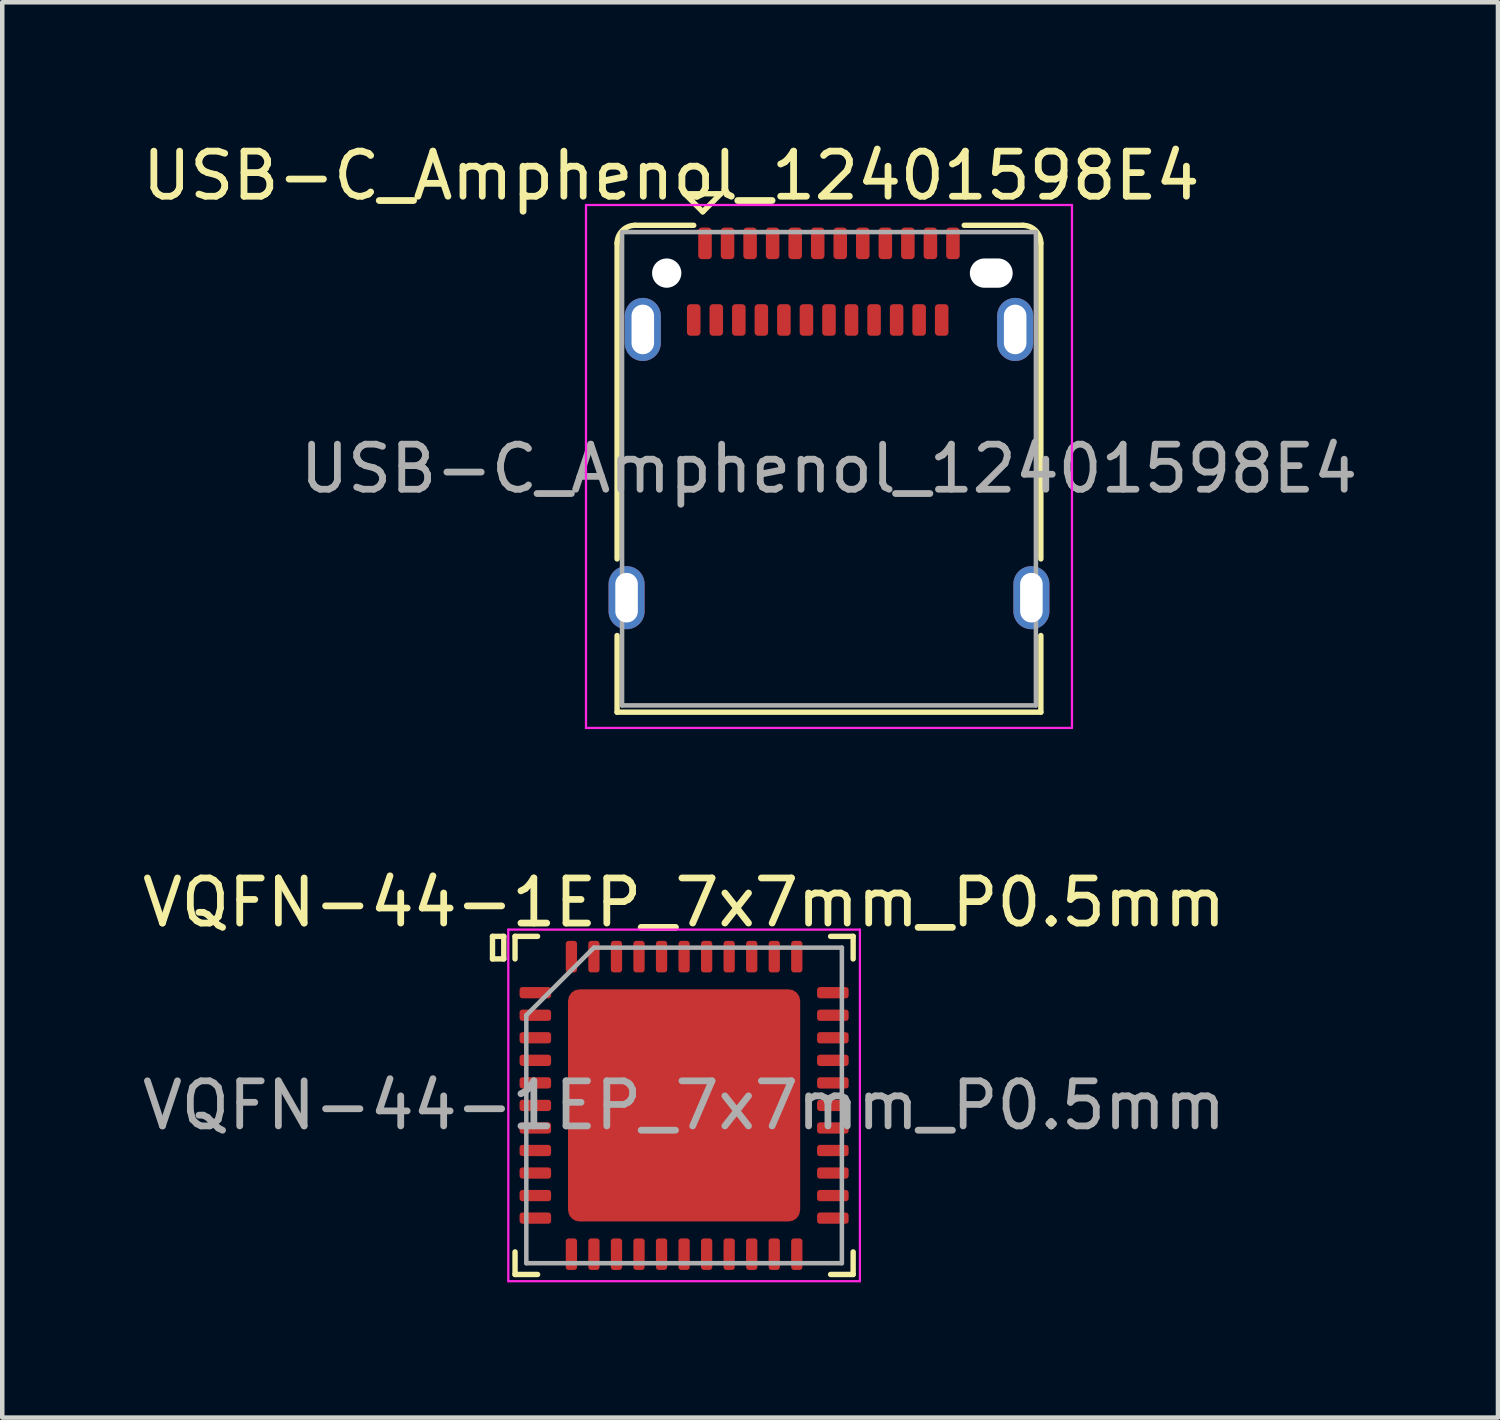
<source format=kicad_pcb>
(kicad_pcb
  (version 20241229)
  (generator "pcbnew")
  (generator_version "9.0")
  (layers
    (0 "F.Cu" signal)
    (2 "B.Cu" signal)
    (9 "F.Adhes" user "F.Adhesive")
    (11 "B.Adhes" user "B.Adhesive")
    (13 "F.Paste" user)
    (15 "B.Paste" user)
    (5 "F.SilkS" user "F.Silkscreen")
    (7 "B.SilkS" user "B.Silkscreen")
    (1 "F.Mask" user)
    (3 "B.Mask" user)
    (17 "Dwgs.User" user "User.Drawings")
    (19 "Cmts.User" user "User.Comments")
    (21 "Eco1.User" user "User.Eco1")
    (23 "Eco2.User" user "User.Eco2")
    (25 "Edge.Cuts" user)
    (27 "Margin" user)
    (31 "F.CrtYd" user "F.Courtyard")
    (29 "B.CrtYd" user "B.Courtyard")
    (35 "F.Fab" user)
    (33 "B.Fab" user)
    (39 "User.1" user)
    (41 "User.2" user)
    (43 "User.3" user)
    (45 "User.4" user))
  (footprint "USB-C_Amphenol_12401598E4"
    (layer "F.Cu")
    (at 15.339 7.348)
    (property "Reference" "USB-C_Amphenol_12401598E4" (at -3.5 -6.5 0) (layer "F.SilkS") (effects (font (size 1 1) (thickness 0.15))))
    (attr smd)
    (fp_line (start -4.7 -5) (end -4.7 2) (stroke (width 0.12) (type solid)) (layer "F.SilkS"))
    (fp_line (start -4.7 3.7) (end -4.7 5.4) (stroke (width 0.12) (type solid)) (layer "F.SilkS"))
    (fp_line (start -4.7 5.4) (end 4.7 5.4) (stroke (width 0.12) (type solid)) (layer "F.SilkS"))
    (fp_line (start -3.2 -6.1) (end -2.5 -6.1) (stroke (width 0.12) (type solid)) (layer "F.SilkS"))
    (fp_line (start -3 -5.4) (end -4.3 -5.4) (stroke (width 0.12) (type solid)) (layer "F.SilkS"))
    (fp_line (start -2.8 -5.7) (end -3.2 -6.1) (stroke (width 0.12) (type solid)) (layer "F.SilkS"))
    (fp_line (start -2.5 -6.1) (end -2.4 -6.1) (stroke (width 0.12) (type solid)) (layer "F.SilkS"))
    (fp_line (start -2.4 -6.1) (end -2.8 -5.7) (stroke (width 0.12) (type solid)) (layer "F.SilkS"))
    (fp_line (start 4.3 -5.4) (end 3 -5.4) (stroke (width 0.12) (type solid)) (layer "F.SilkS"))
    (fp_line (start 4.7 2) (end 4.7 -5) (stroke (width 0.12) (type solid)) (layer "F.SilkS"))
    (fp_line (start 4.7 5.4) (end 4.7 3.7) (stroke (width 0.12) (type solid)) (layer "F.SilkS"))
    (fp_arc (start -4.7 -5) (mid -4.582843 -5.282843) (end -4.3 -5.4) (stroke (width 0.12) (type solid)) (layer "F.SilkS"))
    (fp_arc (start 4.3 -5.4) (mid 4.582843 -5.282843) (end 4.7 -5) (stroke (width 0.12) (type solid)) (layer "F.SilkS"))
    (fp_line (start -5.39 -5.85) (end -5.39 5.75) (stroke (width 0.05) (type solid)) (layer "F.CrtYd"))
    (fp_line (start -5.39 -5.85) (end 5.39 -5.85) (stroke (width 0.05) (type solid)) (layer "F.CrtYd"))
    (fp_line (start -5.39 5.75) (end 5.39 5.75) (stroke (width 0.05) (type solid)) (layer "F.CrtYd"))
    (fp_line (start 5.39 -5.85) (end 5.39 5.75) (stroke (width 0.05) (type solid)) (layer "F.CrtYd"))
    (fp_line (start -4.59 -5.25) (end -4.59 5.25) (stroke (width 0.1) (type solid)) (layer "F.Fab"))
    (fp_line (start -4.59 -5.25) (end 4.59 -5.25) (stroke (width 0.1) (type solid)) (layer "F.Fab"))
    (fp_line (start -4.59 5.25) (end 4.59 5.25) (stroke (width 0.1) (type solid)) (layer "F.Fab"))
    (fp_line (start 4.59 -5.25) (end 4.59 5.25) (stroke (width 0.1) (type solid)) (layer "F.Fab"))
    (fp_text user "${REFERENCE}" (at 0 0 0) (layer "F.Fab") (effects (font (size 1 1) (thickness 0.15))))
    (pad "" np_thru_hole circle (at -3.6 -4.34) (size 0.65 0.65) (drill 0.65) (layers "*.Cu" "*.Mask"))
    (pad "" np_thru_hole oval (at 3.6 -4.34) (size 0.95 0.65) (drill oval 0.95 0.65) (layers "*.Cu" "*.Mask"))
    (pad "A1" smd roundrect (at -2.75 -5) (size 0.3 0.7) (layers "F.Cu" "F.Mask" "F.Paste") (roundrect_rratio 0.25))
    (pad "A2" smd roundrect (at -2.25 -5) (size 0.3 0.7) (layers "F.Cu" "F.Mask" "F.Paste") (roundrect_rratio 0.25))
    (pad "A3" smd roundrect (at -1.75 -5) (size 0.3 0.7) (layers "F.Cu" "F.Mask" "F.Paste") (roundrect_rratio 0.25))
    (pad "A4" smd roundrect (at -1.25 -5) (size 0.3 0.7) (layers "F.Cu" "F.Mask" "F.Paste") (roundrect_rratio 0.25))
    (pad "A5" smd roundrect (at -0.75 -5) (size 0.3 0.7) (layers "F.Cu" "F.Mask" "F.Paste") (roundrect_rratio 0.25))
    (pad "A6" smd roundrect (at -0.25 -5) (size 0.3 0.7) (layers "F.Cu" "F.Mask" "F.Paste") (roundrect_rratio 0.25))
    (pad "A7" smd roundrect (at 0.25 -5) (size 0.3 0.7) (layers "F.Cu" "F.Mask" "F.Paste") (roundrect_rratio 0.25))
    (pad "A8" smd roundrect (at 0.75 -5) (size 0.3 0.7) (layers "F.Cu" "F.Mask" "F.Paste") (roundrect_rratio 0.25))
    (pad "A9" smd roundrect (at 1.25 -5) (size 0.3 0.7) (layers "F.Cu" "F.Mask" "F.Paste") (roundrect_rratio 0.25))
    (pad "A10" smd roundrect (at 1.75 -5) (size 0.3 0.7) (layers "F.Cu" "F.Mask" "F.Paste") (roundrect_rratio 0.25))
    (pad "A11" smd roundrect (at 2.25 -5) (size 0.3 0.7) (layers "F.Cu" "F.Mask" "F.Paste") (roundrect_rratio 0.25))
    (pad "A12" smd roundrect (at 2.75 -5) (size 0.3 0.7) (layers "F.Cu" "F.Mask" "F.Paste") (roundrect_rratio 0.25))
    (pad "B1" smd roundrect (at 2.5 -3.3) (size 0.3 0.7) (layers "F.Cu" "F.Mask" "F.Paste") (roundrect_rratio 0.25))
    (pad "B2" smd roundrect (at 2 -3.3) (size 0.3 0.7) (layers "F.Cu" "F.Mask" "F.Paste") (roundrect_rratio 0.25))
    (pad "B3" smd roundrect (at 1.5 -3.3) (size 0.3 0.7) (layers "F.Cu" "F.Mask" "F.Paste") (roundrect_rratio 0.25))
    (pad "B4" smd roundrect (at 1 -3.3) (size 0.3 0.7) (layers "F.Cu" "F.Mask" "F.Paste") (roundrect_rratio 0.25))
    (pad "B5" smd roundrect (at 0.5 -3.3) (size 0.3 0.7) (layers "F.Cu" "F.Mask" "F.Paste") (roundrect_rratio 0.25))
    (pad "B6" smd roundrect (at 0 -3.3) (size 0.3 0.7) (layers "F.Cu" "F.Mask" "F.Paste") (roundrect_rratio 0.25))
    (pad "B7" smd roundrect (at -0.5 -3.3) (size 0.3 0.7) (layers "F.Cu" "F.Mask" "F.Paste") (roundrect_rratio 0.25))
    (pad "B8" smd roundrect (at -1 -3.3) (size 0.3 0.7) (layers "F.Cu" "F.Mask" "F.Paste") (roundrect_rratio 0.25))
    (pad "B9" smd roundrect (at -1.5 -3.3) (size 0.3 0.7) (layers "F.Cu" "F.Mask" "F.Paste") (roundrect_rratio 0.25))
    (pad "B10" smd roundrect (at -2 -3.3) (size 0.3 0.7) (layers "F.Cu" "F.Mask" "F.Paste") (roundrect_rratio 0.25))
    (pad "B11" smd roundrect (at -2.5 -3.3) (size 0.3 0.7) (layers "F.Cu" "F.Mask" "F.Paste") (roundrect_rratio 0.25))
    (pad "B12" smd roundrect (at -3 -3.3) (size 0.3 0.7) (layers "F.Cu" "F.Mask" "F.Paste") (roundrect_rratio 0.25))
    (pad "S" thru_hole oval (at -4.49 2.86) (size 0.8 1.4) (drill oval 0.5 1.1) (layers "*.Cu" "*.Mask"))
    (pad "S" thru_hole oval (at 4.13 -3.09) (size 0.8 1.4) (drill oval 0.5 1.1) (layers "*.Cu" "*.Mask"))
    (pad "S" thru_hole oval (at 4.49 2.86) (size 0.8 1.4) (drill oval 0.5 1.1) (layers "*.Cu" "*.Mask"))
    (pad "s" thru_hole oval (at -4.13 -3.09) (size 0.8 1.4) (drill oval 0.5 1.1) (layers "*.Cu" "*.Mask")))
  (footprint "VQFN-44-1EP_7x7mm_P0.5mm"
    (layer "F.Cu")
    (at 12.125 21.471)
    (property "Reference" "VQFN-44-1EP_7x7mm_P0.5mm" (at 0 -4.5 0) (layer "F.SilkS") (effects (font (size 1 1) (thickness 0.15))))
    (attr smd)
    (fp_line (start -4.25 -3.75) (end -4 -3.75) (stroke (width 0.12) (type solid)) (layer "F.SilkS"))
    (fp_line (start -4.25 -3.25) (end -4.25 -3.75) (stroke (width 0.12) (type solid)) (layer "F.SilkS"))
    (fp_line (start -4 -3.75) (end -4 -3.25) (stroke (width 0.12) (type solid)) (layer "F.SilkS"))
    (fp_line (start -4 -3.25) (end -4.25 -3.25) (stroke (width 0.12) (type solid)) (layer "F.SilkS"))
    (fp_line (start -3.75 -3.75) (end -3.25 -3.75) (stroke (width 0.12) (type solid)) (layer "F.SilkS"))
    (fp_line (start -3.75 -3.25) (end -3.75 -3.75) (stroke (width 0.12) (type solid)) (layer "F.SilkS"))
    (fp_line (start -3.75 3.25) (end -3.75 3.75) (stroke (width 0.12) (type solid)) (layer "F.SilkS"))
    (fp_line (start -3.75 3.75) (end -3.25 3.75) (stroke (width 0.12) (type solid)) (layer "F.SilkS"))
    (fp_line (start 3.25 -3.75) (end 3.75 -3.75) (stroke (width 0.12) (type solid)) (layer "F.SilkS"))
    (fp_line (start 3.75 -3.75) (end 3.75 -3.25) (stroke (width 0.12) (type solid)) (layer "F.SilkS"))
    (fp_line (start 3.75 3.25) (end 3.75 3.75) (stroke (width 0.12) (type solid)) (layer "F.SilkS"))
    (fp_line (start 3.75 3.75) (end 3.25 3.75) (stroke (width 0.12) (type solid)) (layer "F.SilkS"))
    (fp_line (start -3.9 -3.9) (end -3.9 3.9) (stroke (width 0.05) (type solid)) (layer "F.CrtYd"))
    (fp_line (start -3.9 3.9) (end 3.9 3.9) (stroke (width 0.05) (type solid)) (layer "F.CrtYd"))
    (fp_line (start 3.9 -3.9) (end -3.9 -3.9) (stroke (width 0.05) (type solid)) (layer "F.CrtYd"))
    (fp_line (start 3.9 -3.9) (end 3.9 3.9) (stroke (width 0.05) (type solid)) (layer "F.CrtYd"))
    (fp_line (start -3.5 -2) (end -2 -3.5) (stroke (width 0.1) (type solid)) (layer "F.Fab"))
    (fp_line (start -3.5 3.5) (end -3.5 -2) (stroke (width 0.1) (type solid)) (layer "F.Fab"))
    (fp_line (start -3.5 3.5) (end 3.5 3.5) (stroke (width 0.1) (type solid)) (layer "F.Fab"))
    (fp_line (start -2 -3.5) (end 3.5 -3.5) (stroke (width 0.1) (type solid)) (layer "F.Fab"))
    (fp_line (start 3.5 3.5) (end 3.5 -3.5) (stroke (width 0.1) (type solid)) (layer "F.Fab"))
    (fp_text user "${REFERENCE}" (at 0 0 0) (layer "F.Fab") (effects (font (size 1 1) (thickness 0.15))))
    (pad "1" smd roundrect (at -3.3 -2.5) (size 0.7 0.25) (layers "F.Cu" "F.Mask" "F.Paste") (roundrect_rratio 0.25))
    (pad "2" smd roundrect (at -3.3 -2) (size 0.7 0.25) (layers "F.Cu" "F.Mask" "F.Paste") (roundrect_rratio 0.25))
    (pad "3" smd roundrect (at -3.3 -1.5) (size 0.7 0.25) (layers "F.Cu" "F.Mask" "F.Paste") (roundrect_rratio 0.25))
    (pad "4" smd roundrect (at -3.3 -1) (size 0.7 0.25) (layers "F.Cu" "F.Mask" "F.Paste") (roundrect_rratio 0.25))
    (pad "5" smd roundrect (at -3.3 -0.5) (size 0.7 0.25) (layers "F.Cu" "F.Mask" "F.Paste") (roundrect_rratio 0.25))
    (pad "6" smd roundrect (at -3.3 0) (size 0.7 0.25) (layers "F.Cu" "F.Mask" "F.Paste") (roundrect_rratio 0.25))
    (pad "7" smd roundrect (at -3.3 0.5) (size 0.7 0.25) (layers "F.Cu" "F.Mask" "F.Paste") (roundrect_rratio 0.25))
    (pad "8" smd roundrect (at -3.3 1) (size 0.7 0.25) (layers "F.Cu" "F.Mask" "F.Paste") (roundrect_rratio 0.25))
    (pad "9" smd roundrect (at -3.3 1.5) (size 0.7 0.25) (layers "F.Cu" "F.Mask" "F.Paste") (roundrect_rratio 0.25))
    (pad "10" smd roundrect (at -3.3 2) (size 0.7 0.25) (layers "F.Cu" "F.Mask" "F.Paste") (roundrect_rratio 0.25))
    (pad "11" smd roundrect (at -3.3 2.5) (size 0.7 0.25) (layers "F.Cu" "F.Mask" "F.Paste") (roundrect_rratio 0.25))
    (pad "12" smd roundrect (at -2.5 3.3 90) (size 0.7 0.25) (layers "F.Cu" "F.Mask" "F.Paste") (roundrect_rratio 0.25))
    (pad "13" smd roundrect (at -2 3.3 90) (size 0.7 0.25) (layers "F.Cu" "F.Mask" "F.Paste") (roundrect_rratio 0.25))
    (pad "14" smd roundrect (at -1.5 3.3 90) (size 0.7 0.25) (layers "F.Cu" "F.Mask" "F.Paste") (roundrect_rratio 0.25))
    (pad "15" smd roundrect (at -1 3.3 90) (size 0.7 0.25) (layers "F.Cu" "F.Mask" "F.Paste") (roundrect_rratio 0.25))
    (pad "16" smd roundrect (at -0.5 3.3 90) (size 0.7 0.25) (layers "F.Cu" "F.Mask" "F.Paste") (roundrect_rratio 0.25))
    (pad "17" smd roundrect (at 0 3.3 90) (size 0.7 0.25) (layers "F.Cu" "F.Mask" "F.Paste") (roundrect_rratio 0.25))
    (pad "18" smd roundrect (at 0.5 3.3 90) (size 0.7 0.25) (layers "F.Cu" "F.Mask" "F.Paste") (roundrect_rratio 0.25))
    (pad "19" smd roundrect (at 1 3.3 90) (size 0.7 0.25) (layers "F.Cu" "F.Mask" "F.Paste") (roundrect_rratio 0.25))
    (pad "20" smd roundrect (at 1.5 3.3 90) (size 0.7 0.25) (layers "F.Cu" "F.Mask" "F.Paste") (roundrect_rratio 0.25))
    (pad "21" smd roundrect (at 2 3.3 90) (size 0.7 0.25) (layers "F.Cu" "F.Mask" "F.Paste") (roundrect_rratio 0.25))
    (pad "22" smd roundrect (at 2.5 3.3 90) (size 0.7 0.25) (layers "F.Cu" "F.Mask" "F.Paste") (roundrect_rratio 0.25))
    (pad "23" smd roundrect (at 3.3 2.5 180) (size 0.7 0.25) (layers "F.Cu" "F.Mask" "F.Paste") (roundrect_rratio 0.25))
    (pad "24" smd roundrect (at 3.3 2 180) (size 0.7 0.25) (layers "F.Cu" "F.Mask" "F.Paste") (roundrect_rratio 0.25))
    (pad "25" smd roundrect (at 3.3 1.5 180) (size 0.7 0.25) (layers "F.Cu" "F.Mask" "F.Paste") (roundrect_rratio 0.25))
    (pad "26" smd roundrect (at 3.3 1 180) (size 0.7 0.25) (layers "F.Cu" "F.Mask" "F.Paste") (roundrect_rratio 0.25))
    (pad "27" smd roundrect (at 3.3 0.5 180) (size 0.7 0.25) (layers "F.Cu" "F.Mask" "F.Paste") (roundrect_rratio 0.25))
    (pad "28" smd roundrect (at 3.3 0 180) (size 0.7 0.25) (layers "F.Cu" "F.Mask" "F.Paste") (roundrect_rratio 0.25))
    (pad "29" smd roundrect (at 3.3 -0.5 180) (size 0.7 0.25) (layers "F.Cu" "F.Mask" "F.Paste") (roundrect_rratio 0.25))
    (pad "30" smd roundrect (at 3.3 -1 180) (size 0.7 0.25) (layers "F.Cu" "F.Mask" "F.Paste") (roundrect_rratio 0.25))
    (pad "31" smd roundrect (at 3.3 -1.5 180) (size 0.7 0.25) (layers "F.Cu" "F.Mask" "F.Paste") (roundrect_rratio 0.25))
    (pad "32" smd roundrect (at 3.3 -2 180) (size 0.7 0.25) (layers "F.Cu" "F.Mask" "F.Paste") (roundrect_rratio 0.25))
    (pad "33" smd roundrect (at 3.3 -2.5 180) (size 0.7 0.25) (layers "F.Cu" "F.Mask" "F.Paste") (roundrect_rratio 0.25))
    (pad "34" smd roundrect (at 2.5 -3.3 270) (size 0.7 0.25) (layers "F.Cu" "F.Mask" "F.Paste") (roundrect_rratio 0.25))
    (pad "35" smd roundrect (at 2 -3.3 270) (size 0.7 0.25) (layers "F.Cu" "F.Mask" "F.Paste") (roundrect_rratio 0.25))
    (pad "36" smd roundrect (at 1.5 -3.3 270) (size 0.7 0.25) (layers "F.Cu" "F.Mask" "F.Paste") (roundrect_rratio 0.25))
    (pad "37" smd roundrect (at 1 -3.3 270) (size 0.7 0.25) (layers "F.Cu" "F.Mask" "F.Paste") (roundrect_rratio 0.25))
    (pad "38" smd roundrect (at 0.5 -3.3 270) (size 0.7 0.25) (layers "F.Cu" "F.Mask" "F.Paste") (roundrect_rratio 0.25))
    (pad "39" smd roundrect (at 0 -3.3 270) (size 0.7 0.25) (layers "F.Cu" "F.Mask" "F.Paste") (roundrect_rratio 0.25))
    (pad "40" smd roundrect (at -0.5 -3.3 270) (size 0.7 0.25) (layers "F.Cu" "F.Mask" "F.Paste") (roundrect_rratio 0.25))
    (pad "41" smd roundrect (at -1 -3.3 270) (size 0.7 0.25) (layers "F.Cu" "F.Mask" "F.Paste") (roundrect_rratio 0.25))
    (pad "42" smd roundrect (at -1.5 -3.3 270) (size 0.7 0.25) (layers "F.Cu" "F.Mask" "F.Paste") (roundrect_rratio 0.25))
    (pad "43" smd roundrect (at -2 -3.3 270) (size 0.7 0.25) (layers "F.Cu" "F.Mask" "F.Paste") (roundrect_rratio 0.25))
    (pad "44" smd roundrect (at -2.5 -3.3 270) (size 0.7 0.25) (layers "F.Cu" "F.Mask" "F.Paste") (roundrect_rratio 0.25))
    (pad "45" smd roundrect (at 0 0) (size 5.15 5.15) (layers "F.Cu" "F.Mask" "F.Paste") (roundrect_rratio 0.05)))
  (gr_rect
    (start -3 -3)
    (end 30.179 28.396)
    (stroke (width 0.1) (type default))
    (fill no)
    (layer "Edge.Cuts")))
</source>
